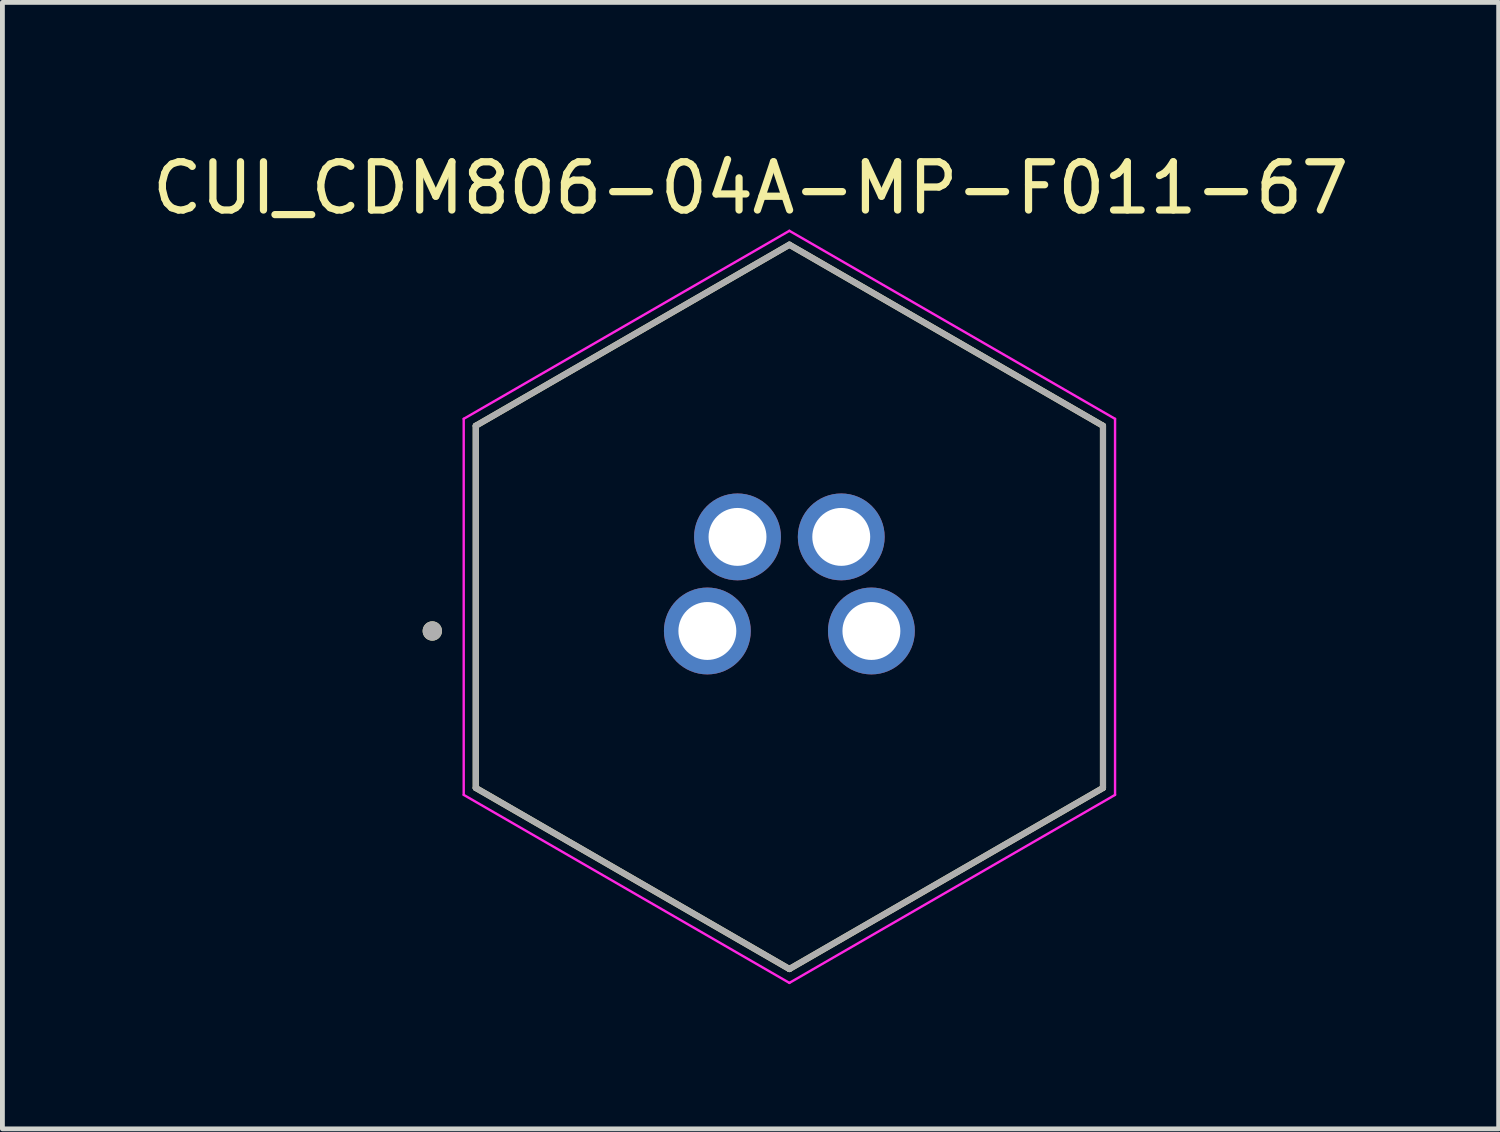
<source format=kicad_pcb>
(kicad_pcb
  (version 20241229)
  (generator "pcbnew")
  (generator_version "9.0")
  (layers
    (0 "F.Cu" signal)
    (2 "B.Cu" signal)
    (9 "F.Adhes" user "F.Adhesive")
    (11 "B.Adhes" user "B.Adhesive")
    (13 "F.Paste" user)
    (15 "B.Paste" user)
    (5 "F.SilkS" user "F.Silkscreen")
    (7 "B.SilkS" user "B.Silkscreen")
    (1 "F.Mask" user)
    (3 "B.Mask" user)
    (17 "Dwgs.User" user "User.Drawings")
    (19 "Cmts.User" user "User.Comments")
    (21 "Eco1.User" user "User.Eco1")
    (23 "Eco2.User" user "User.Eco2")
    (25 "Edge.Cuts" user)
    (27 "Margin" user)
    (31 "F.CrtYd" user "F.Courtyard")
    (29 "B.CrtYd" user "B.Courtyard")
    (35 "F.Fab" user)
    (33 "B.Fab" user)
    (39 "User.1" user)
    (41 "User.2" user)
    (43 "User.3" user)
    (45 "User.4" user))
  (footprint "CUI_CDM806-04A-MP-F011-67"
    (layer "F.Cu")
    (at 13.311 9.528)
    (property "Reference" "CUI_CDM806-04A-MP-F011-67" (at -0.805 -8.68 0) (layer "F.SilkS") (effects (font (size 1 1) (thickness 0.15))))
    (attr through_hole)
    (fp_line (start -6.5 -3.753) (end -6.5 3.753) (stroke (width 0.127) (type solid)) (layer "F.SilkS"))
    (fp_line (start -6.5 3.753) (end 0 7.506) (stroke (width 0.127) (type solid)) (layer "F.SilkS"))
    (fp_line (start 0 -7.506) (end -6.5 -3.753) (stroke (width 0.127) (type solid)) (layer "F.SilkS"))
    (fp_line (start 0 7.506) (end 6.5 3.753) (stroke (width 0.127) (type solid)) (layer "F.SilkS"))
    (fp_line (start 6.5 -3.753) (end 0 -7.506) (stroke (width 0.127) (type solid)) (layer "F.SilkS"))
    (fp_line (start 6.5 3.753) (end 6.5 -3.753) (stroke (width 0.127) (type solid)) (layer "F.SilkS"))
    (fp_circle (center -7.401 0.5) (end -7.301 0.5) (stroke (width 0.2) (type solid)) (fill no) (layer "F.SilkS"))
    (fp_line (start -6.75 -3.897) (end -6.75 3.897) (stroke (width 0.05) (type solid)) (layer "F.CrtYd"))
    (fp_line (start -6.75 3.897) (end 0 7.794) (stroke (width 0.05) (type solid)) (layer "F.CrtYd"))
    (fp_line (start 0 -7.794) (end -6.75 -3.897) (stroke (width 0.05) (type solid)) (layer "F.CrtYd"))
    (fp_line (start 0 7.794) (end 6.75 3.897) (stroke (width 0.05) (type solid)) (layer "F.CrtYd"))
    (fp_line (start 6.75 -3.897) (end 0 -7.794) (stroke (width 0.05) (type solid)) (layer "F.CrtYd"))
    (fp_line (start 6.75 3.897) (end 6.75 -3.897) (stroke (width 0.05) (type solid)) (layer "F.CrtYd"))
    (fp_line (start -6.5 -3.753) (end -6.5 3.753) (stroke (width 0.127) (type solid)) (layer "F.Fab"))
    (fp_line (start -6.5 3.753) (end 0 7.506) (stroke (width 0.127) (type solid)) (layer "F.Fab"))
    (fp_line (start 0 -7.506) (end -6.5 -3.753) (stroke (width 0.127) (type solid)) (layer "F.Fab"))
    (fp_line (start 0 7.506) (end 6.5 3.753) (stroke (width 0.127) (type solid)) (layer "F.Fab"))
    (fp_line (start 6.5 -3.753) (end 0 -7.506) (stroke (width 0.127) (type solid)) (layer "F.Fab"))
    (fp_line (start 6.5 3.753) (end 6.5 -3.753) (stroke (width 0.127) (type solid)) (layer "F.Fab"))
    (fp_circle (center -7.401 0.5) (end -7.301 0.5) (stroke (width 0.2) (type solid)) (fill no) (layer "F.Fab"))
    (pad "1" thru_hole circle (at -1.7 0.5) (size 1.8 1.8) (drill 1.2) (layers "*.Cu" "*.Mask"))
    (pad "2" thru_hole circle (at -1.075 -1.45) (size 1.8 1.8) (drill 1.2) (layers "*.Cu" "*.Mask"))
    (pad "3" thru_hole circle (at 1.7 0.5) (size 1.8 1.8) (drill 1.2) (layers "*.Cu" "*.Mask"))
    (pad "4" thru_hole circle (at 1.075 -1.45) (size 1.8 1.8) (drill 1.2) (layers "*.Cu" "*.Mask")))
  (gr_rect
    (start -3 -3)
    (end 28.012 20.347)
    (stroke (width 0.1) (type default))
    (fill no)
    (layer "Edge.Cuts")))
</source>
